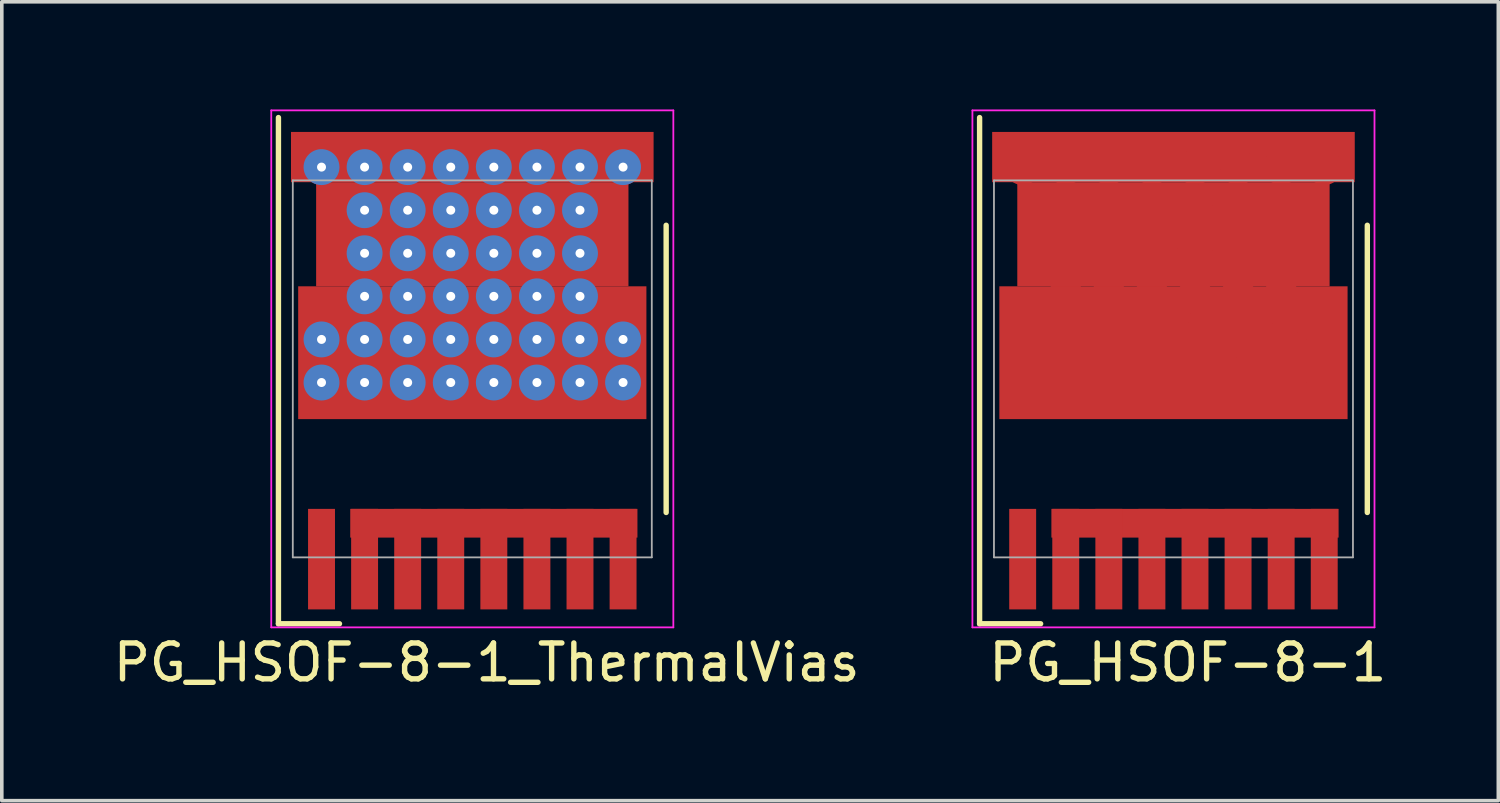
<source format=kicad_pcb>
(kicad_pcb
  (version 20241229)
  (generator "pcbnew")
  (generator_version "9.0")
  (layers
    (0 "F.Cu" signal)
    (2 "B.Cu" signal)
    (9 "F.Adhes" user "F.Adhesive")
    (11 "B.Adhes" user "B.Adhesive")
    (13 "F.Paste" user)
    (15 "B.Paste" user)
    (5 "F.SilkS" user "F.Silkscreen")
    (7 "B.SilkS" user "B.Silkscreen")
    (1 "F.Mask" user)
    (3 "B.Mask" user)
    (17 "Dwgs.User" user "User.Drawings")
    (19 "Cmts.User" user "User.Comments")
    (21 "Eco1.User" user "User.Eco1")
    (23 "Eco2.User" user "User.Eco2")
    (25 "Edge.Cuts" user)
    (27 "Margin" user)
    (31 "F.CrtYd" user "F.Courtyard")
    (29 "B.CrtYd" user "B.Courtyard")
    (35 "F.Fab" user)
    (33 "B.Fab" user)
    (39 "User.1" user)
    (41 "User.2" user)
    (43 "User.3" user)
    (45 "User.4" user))
  (footprint "PG_HSOF-8-1"
    (layer "F.Cu")
    (at 29.637 7.225)
    (property "Reference" "PG_HSOF-8-1" (at 0.4 8.18 0) (layer "F.SilkS") (effects (font (size 1 1) (thickness 0.15))))
    (attr smd)
    (fp_line (start -5.4 -7) (end -5.4 7.1) (stroke (width 0.15) (type solid)) (layer "F.SilkS"))
    (fp_line (start -5.4 7.1) (end -3.7 7.1) (stroke (width 0.15) (type solid)) (layer "F.SilkS"))
    (fp_line (start 5.4 4) (end 5.4 -4) (stroke (width 0.15) (type solid)) (layer "F.SilkS"))
    (fp_line (start -5.6 -7.2) (end -5.6 7.2) (stroke (width 0.05) (type solid)) (layer "F.CrtYd"))
    (fp_line (start -5.6 -7.2) (end 5.6 -7.2) (stroke (width 0.05) (type solid)) (layer "F.CrtYd"))
    (fp_line (start 5.6 7.2) (end -5.6 7.2) (stroke (width 0.05) (type solid)) (layer "F.CrtYd"))
    (fp_line (start 5.6 7.2) (end 5.6 -7.2) (stroke (width 0.05) (type solid)) (layer "F.CrtYd"))
    (fp_line (start -5 -5.25) (end 5 -5.25) (stroke (width 0.05) (type solid)) (layer "F.Fab"))
    (fp_line (start -5 5.25) (end -5 -5.25) (stroke (width 0.05) (type solid)) (layer "F.Fab"))
    (fp_line (start 5 -5.25) (end 5 5.25) (stroke (width 0.05) (type solid)) (layer "F.Fab"))
    (fp_line (start 5 5.25) (end -5 5.25) (stroke (width 0.05) (type solid)) (layer "F.Fab"))
    (pad "1" smd rect (at -4.2 5.3) (size 0.75 2.8) (layers "F.Cu" "F.Mask" "F.Paste"))
    (pad "2" smd rect (at -3 5.3) (size 0.75 2.8) (layers "F.Cu" "F.Mask" "F.Paste"))
    (pad "2" smd rect (at 0.6 4.3) (size 8 0.8) (layers "F.Cu" "F.Mask"))
    (pad "3" smd rect (at -1.8 5.3) (size 0.75 2.8) (layers "F.Cu" "F.Mask" "F.Paste"))
    (pad "4" smd rect (at -0.6 5.3) (size 0.75 2.8) (layers "F.Cu" "F.Mask" "F.Paste"))
    (pad "5" smd rect (at 0.6 5.3) (size 0.75 2.8) (layers "F.Cu" "F.Mask" "F.Paste"))
    (pad "6" smd rect (at 1.8 5.3) (size 0.75 2.8) (layers "F.Cu" "F.Mask" "F.Paste"))
    (pad "7" smd rect (at 3 5.3) (size 0.75 2.8) (layers "F.Cu" "F.Mask" "F.Paste"))
    (pad "8" smd rect (at 4.2 5.3) (size 0.75 2.8) (layers "F.Cu" "F.Mask" "F.Paste"))
    (pad "9" smd circle (at -4.2 -5.62) (size 1 1) (layers "F.Cu" "F.Mask" "F.Paste"))
    (pad "9" smd circle (at -4.2 -0.82) (size 1 1) (layers "F.Cu" "F.Mask" "F.Paste"))
    (pad "9" smd circle (at -4.2 0.38) (size 1 1) (layers "F.Cu" "F.Mask" "F.Paste"))
    (pad "9" smd circle (at -3 -5.62) (size 1 1) (layers "F.Cu" "F.Mask" "F.Paste"))
    (pad "9" smd circle (at -3 -4.42) (size 1 1) (layers "F.Cu" "F.Mask" "F.Paste"))
    (pad "9" smd circle (at -3 -3.22) (size 1 1) (layers "F.Cu" "F.Mask" "F.Paste"))
    (pad "9" smd circle (at -3 -2.02) (size 1 1) (layers "F.Cu" "F.Mask" "F.Paste"))
    (pad "9" smd circle (at -3 -0.82) (size 1 1) (layers "F.Cu" "F.Mask" "F.Paste"))
    (pad "9" smd circle (at -3 0.38) (size 1 1) (layers "F.Cu" "F.Mask" "F.Paste"))
    (pad "9" smd circle (at -1.8 -5.62) (size 1 1) (layers "F.Cu" "F.Mask" "F.Paste"))
    (pad "9" smd circle (at -1.8 -4.42) (size 1 1) (layers "F.Cu" "F.Mask" "F.Paste"))
    (pad "9" smd circle (at -1.8 -3.22) (size 1 1) (layers "F.Cu" "F.Mask" "F.Paste"))
    (pad "9" smd circle (at -1.8 -2.02) (size 1 1) (layers "F.Cu" "F.Mask" "F.Paste"))
    (pad "9" smd circle (at -1.8 -0.82) (size 1 1) (layers "F.Cu" "F.Mask" "F.Paste"))
    (pad "9" smd circle (at -1.8 0.38) (size 1 1) (layers "F.Cu" "F.Mask" "F.Paste"))
    (pad "9" smd circle (at -0.6 -5.62) (size 1 1) (layers "F.Cu" "F.Mask" "F.Paste"))
    (pad "9" smd circle (at -0.6 -4.42) (size 1 1) (layers "F.Cu" "F.Mask" "F.Paste"))
    (pad "9" smd circle (at -0.6 -3.22) (size 1 1) (layers "F.Cu" "F.Mask" "F.Paste"))
    (pad "9" smd circle (at -0.6 -2.02) (size 1 1) (layers "F.Cu" "F.Mask" "F.Paste"))
    (pad "9" smd circle (at -0.6 -0.82) (size 1 1) (layers "F.Cu" "F.Mask" "F.Paste"))
    (pad "9" smd circle (at -0.6 0.38) (size 1 1) (layers "F.Cu" "F.Mask" "F.Paste"))
    (pad "9" smd rect (at 0 -5.9) (size 10.1 1.4) (layers "F.Cu" "F.Mask"))
    (pad "9" smd rect (at 0 -3.75) (size 8.7 2.9) (layers "F.Cu" "F.Mask"))
    (pad "9" smd rect (at 0 -0.45) (size 9.7 3.7) (layers "F.Cu" "F.Mask"))
    (pad "9" smd circle (at 0.6 -5.62) (size 1 1) (layers "F.Cu" "F.Mask" "F.Paste"))
    (pad "9" smd circle (at 0.6 -4.42) (size 1 1) (layers "F.Cu" "F.Mask" "F.Paste"))
    (pad "9" smd circle (at 0.6 -3.22) (size 1 1) (layers "F.Cu" "F.Mask" "F.Paste"))
    (pad "9" smd circle (at 0.6 -2.02) (size 1 1) (layers "F.Cu" "F.Mask" "F.Paste"))
    (pad "9" smd circle (at 0.6 -0.82) (size 1 1) (layers "F.Cu" "F.Mask" "F.Paste"))
    (pad "9" smd circle (at 0.6 0.38) (size 1 1) (layers "F.Cu" "F.Mask" "F.Paste"))
    (pad "9" smd circle (at 1.8 -5.62) (size 1 1) (layers "F.Cu" "F.Mask" "F.Paste"))
    (pad "9" smd circle (at 1.8 -4.42) (size 1 1) (layers "F.Cu" "F.Mask" "F.Paste"))
    (pad "9" smd circle (at 1.8 -3.22) (size 1 1) (layers "F.Cu" "F.Mask" "F.Paste"))
    (pad "9" smd circle (at 1.8 -2.02) (size 1 1) (layers "F.Cu" "F.Mask" "F.Paste"))
    (pad "9" smd circle (at 1.8 -0.82) (size 1 1) (layers "F.Cu" "F.Mask" "F.Paste"))
    (pad "9" smd circle (at 1.8 0.38) (size 1 1) (layers "F.Cu" "F.Mask" "F.Paste"))
    (pad "9" smd circle (at 3 -5.62) (size 1 1) (layers "F.Cu" "F.Mask" "F.Paste"))
    (pad "9" smd circle (at 3 -4.42) (size 1 1) (layers "F.Cu" "F.Mask" "F.Paste"))
    (pad "9" smd circle (at 3 -3.22) (size 1 1) (layers "F.Cu" "F.Mask" "F.Paste"))
    (pad "9" smd circle (at 3 -2.02) (size 1 1) (layers "F.Cu" "F.Mask" "F.Paste"))
    (pad "9" smd circle (at 3 -0.82) (size 1 1) (layers "F.Cu" "F.Mask" "F.Paste"))
    (pad "9" smd circle (at 3 0.38) (size 1 1) (layers "F.Cu" "F.Mask" "F.Paste"))
    (pad "9" smd circle (at 4.2 -5.62) (size 1 1) (layers "F.Cu" "F.Mask" "F.Paste"))
    (pad "9" smd circle (at 4.2 -0.82) (size 1 1) (layers "F.Cu" "F.Mask" "F.Paste"))
    (pad "9" smd circle (at 4.2 0.38) (size 1 1) (layers "F.Cu" "F.Mask" "F.Paste")))
  (footprint "PG_HSOF-8-1_ThermalVias"
    (layer "F.Cu")
    (at 10.106 7.225)
    (property "Reference" "PG_HSOF-8-1_ThermalVias" (at 0.4 8.18 0) (layer "F.SilkS") (effects (font (size 1 1) (thickness 0.15))))
    (attr smd)
    (fp_line (start -5.4 -7) (end -5.4 7.1) (stroke (width 0.15) (type solid)) (layer "F.SilkS"))
    (fp_line (start -5.4 7.1) (end -3.7 7.1) (stroke (width 0.15) (type solid)) (layer "F.SilkS"))
    (fp_line (start 5.4 4) (end 5.4 -4) (stroke (width 0.15) (type solid)) (layer "F.SilkS"))
    (fp_line (start -5.6 -7.2) (end -5.6 7.2) (stroke (width 0.05) (type solid)) (layer "F.CrtYd"))
    (fp_line (start -5.6 -7.2) (end 5.6 -7.2) (stroke (width 0.05) (type solid)) (layer "F.CrtYd"))
    (fp_line (start 5.6 7.2) (end -5.6 7.2) (stroke (width 0.05) (type solid)) (layer "F.CrtYd"))
    (fp_line (start 5.6 7.2) (end 5.6 -7.2) (stroke (width 0.05) (type solid)) (layer "F.CrtYd"))
    (fp_line (start -5 -5.25) (end 5 -5.25) (stroke (width 0.05) (type solid)) (layer "F.Fab"))
    (fp_line (start -5 5.25) (end -5 -5.25) (stroke (width 0.05) (type solid)) (layer "F.Fab"))
    (fp_line (start 5 -5.25) (end 5 5.25) (stroke (width 0.05) (type solid)) (layer "F.Fab"))
    (fp_line (start 5 5.25) (end -5 5.25) (stroke (width 0.05) (type solid)) (layer "F.Fab"))
    (pad "1" smd rect (at -4.2 5.3) (size 0.75 2.8) (layers "F.Cu" "F.Mask" "F.Paste"))
    (pad "2" smd rect (at -3 5.3) (size 0.75 2.8) (layers "F.Cu" "F.Mask" "F.Paste"))
    (pad "2" smd rect (at 0.6 4.3) (size 8 0.8) (layers "F.Cu" "F.Mask"))
    (pad "3" smd rect (at -1.8 5.3) (size 0.75 2.8) (layers "F.Cu" "F.Mask" "F.Paste"))
    (pad "4" smd rect (at -0.6 5.3) (size 0.75 2.8) (layers "F.Cu" "F.Mask" "F.Paste"))
    (pad "5" smd rect (at 0.6 5.3) (size 0.75 2.8) (layers "F.Cu" "F.Mask" "F.Paste"))
    (pad "6" smd rect (at 1.8 5.3) (size 0.75 2.8) (layers "F.Cu" "F.Mask" "F.Paste"))
    (pad "7" smd rect (at 3 5.3) (size 0.75 2.8) (layers "F.Cu" "F.Mask" "F.Paste"))
    (pad "8" smd rect (at 4.2 5.3) (size 0.75 2.8) (layers "F.Cu" "F.Mask" "F.Paste"))
    (pad "9" thru_hole circle (at -4.2 -5.62) (size 1 1) (drill 0.25) (layers "F.Cu" "F.Mask" "F.Paste"))
    (pad "9" thru_hole circle (at -4.2 -0.82) (size 1 1) (drill 0.25) (layers "F.Cu" "F.Mask" "F.Paste"))
    (pad "9" thru_hole circle (at -4.2 0.38) (size 1 1) (drill 0.25) (layers "F.Cu" "F.Mask" "F.Paste"))
    (pad "9" thru_hole circle (at -3 -5.62) (size 1 1) (drill 0.25) (layers "F.Cu" "F.Mask" "F.Paste"))
    (pad "9" thru_hole circle (at -3 -4.42) (size 1 1) (drill 0.25) (layers "F.Cu" "F.Mask" "F.Paste"))
    (pad "9" thru_hole circle (at -3 -3.22) (size 1 1) (drill 0.25) (layers "F.Cu" "F.Mask" "F.Paste"))
    (pad "9" thru_hole circle (at -3 -2.02) (size 1 1) (drill 0.25) (layers "F.Cu" "F.Mask" "F.Paste"))
    (pad "9" thru_hole circle (at -3 -0.82) (size 1 1) (drill 0.25) (layers "F.Cu" "F.Mask" "F.Paste"))
    (pad "9" thru_hole circle (at -3 0.38) (size 1 1) (drill 0.25) (layers "F.Cu" "F.Mask" "F.Paste"))
    (pad "9" thru_hole circle (at -1.8 -5.62) (size 1 1) (drill 0.25) (layers "F.Cu" "F.Mask" "F.Paste"))
    (pad "9" thru_hole circle (at -1.8 -4.42) (size 1 1) (drill 0.25) (layers "F.Cu" "F.Mask" "F.Paste"))
    (pad "9" thru_hole circle (at -1.8 -3.22) (size 1 1) (drill 0.25) (layers "F.Cu" "F.Mask" "F.Paste"))
    (pad "9" thru_hole circle (at -1.8 -2.02) (size 1 1) (drill 0.25) (layers "F.Cu" "F.Mask" "F.Paste"))
    (pad "9" thru_hole circle (at -1.8 -0.82) (size 1 1) (drill 0.25) (layers "F.Cu" "F.Mask" "F.Paste"))
    (pad "9" thru_hole circle (at -1.8 0.38) (size 1 1) (drill 0.25) (layers "F.Cu" "F.Mask" "F.Paste"))
    (pad "9" thru_hole circle (at -0.6 -5.62) (size 1 1) (drill 0.25) (layers "F.Cu" "F.Mask" "F.Paste"))
    (pad "9" thru_hole circle (at -0.6 -4.42) (size 1 1) (drill 0.25) (layers "F.Cu" "F.Mask" "F.Paste"))
    (pad "9" thru_hole circle (at -0.6 -3.22) (size 1 1) (drill 0.25) (layers "F.Cu" "F.Mask" "F.Paste"))
    (pad "9" thru_hole circle (at -0.6 -2.02) (size 1 1) (drill 0.25) (layers "F.Cu" "F.Mask" "F.Paste"))
    (pad "9" thru_hole circle (at -0.6 -0.82) (size 1 1) (drill 0.25) (layers "F.Cu" "F.Mask" "F.Paste"))
    (pad "9" thru_hole circle (at -0.6 0.38) (size 1 1) (drill 0.25) (layers "F.Cu" "F.Mask" "F.Paste"))
    (pad "9" smd rect (at 0 -5.9) (size 10.1 1.4) (layers "F.Cu" "F.Mask"))
    (pad "9" smd rect (at 0 -3.75) (size 8.7 2.9) (layers "F.Cu" "F.Mask"))
    (pad "9" smd rect (at 0 -0.45) (size 9.7 3.7) (layers "F.Cu" "F.Mask"))
    (pad "9" thru_hole circle (at 0.6 -5.62) (size 1 1) (drill 0.25) (layers "F.Cu" "F.Mask" "F.Paste"))
    (pad "9" thru_hole circle (at 0.6 -4.42) (size 1 1) (drill 0.25) (layers "F.Cu" "F.Mask" "F.Paste"))
    (pad "9" thru_hole circle (at 0.6 -3.22) (size 1 1) (drill 0.25) (layers "F.Cu" "F.Mask" "F.Paste"))
    (pad "9" thru_hole circle (at 0.6 -2.02) (size 1 1) (drill 0.25) (layers "F.Cu" "F.Mask" "F.Paste"))
    (pad "9" thru_hole circle (at 0.6 -0.82) (size 1 1) (drill 0.25) (layers "F.Cu" "F.Mask" "F.Paste"))
    (pad "9" thru_hole circle (at 0.6 0.38) (size 1 1) (drill 0.25) (layers "F.Cu" "F.Mask" "F.Paste"))
    (pad "9" thru_hole circle (at 1.8 -5.62) (size 1 1) (drill 0.25) (layers "F.Cu" "F.Mask" "F.Paste"))
    (pad "9" thru_hole circle (at 1.8 -4.42) (size 1 1) (drill 0.25) (layers "F.Cu" "F.Mask" "F.Paste"))
    (pad "9" thru_hole circle (at 1.8 -3.22) (size 1 1) (drill 0.25) (layers "F.Cu" "F.Mask" "F.Paste"))
    (pad "9" thru_hole circle (at 1.8 -2.02) (size 1 1) (drill 0.25) (layers "F.Cu" "F.Mask" "F.Paste"))
    (pad "9" thru_hole circle (at 1.8 -0.82) (size 1 1) (drill 0.25) (layers "F.Cu" "F.Mask" "F.Paste"))
    (pad "9" thru_hole circle (at 1.8 0.38) (size 1 1) (drill 0.25) (layers "F.Cu" "F.Mask" "F.Paste"))
    (pad "9" thru_hole circle (at 3 -5.62) (size 1 1) (drill 0.25) (layers "F.Cu" "F.Mask" "F.Paste"))
    (pad "9" thru_hole circle (at 3 -4.42) (size 1 1) (drill 0.25) (layers "F.Cu" "F.Mask" "F.Paste"))
    (pad "9" thru_hole circle (at 3 -3.22) (size 1 1) (drill 0.25) (layers "F.Cu" "F.Mask" "F.Paste"))
    (pad "9" thru_hole circle (at 3 -2.02) (size 1 1) (drill 0.25) (layers "F.Cu" "F.Mask" "F.Paste"))
    (pad "9" thru_hole circle (at 3 -0.82) (size 1 1) (drill 0.25) (layers "F.Cu" "F.Mask" "F.Paste"))
    (pad "9" thru_hole circle (at 3 0.38) (size 1 1) (drill 0.25) (layers "F.Cu" "F.Mask" "F.Paste"))
    (pad "9" thru_hole circle (at 4.2 -5.62) (size 1 1) (drill 0.25) (layers "F.Cu" "F.Mask" "F.Paste"))
    (pad "9" thru_hole circle (at 4.2 -0.82) (size 1 1) (drill 0.25) (layers "F.Cu" "F.Mask" "F.Paste"))
    (pad "9" thru_hole circle (at 4.2 0.38) (size 1 1) (drill 0.25) (layers "F.Cu" "F.Mask" "F.Paste")))
  (gr_rect
    (start -3 -3)
    (end 38.686 19.253)
    (stroke (width 0.1) (type default))
    (fill no)
    (layer "Edge.Cuts")))
</source>
